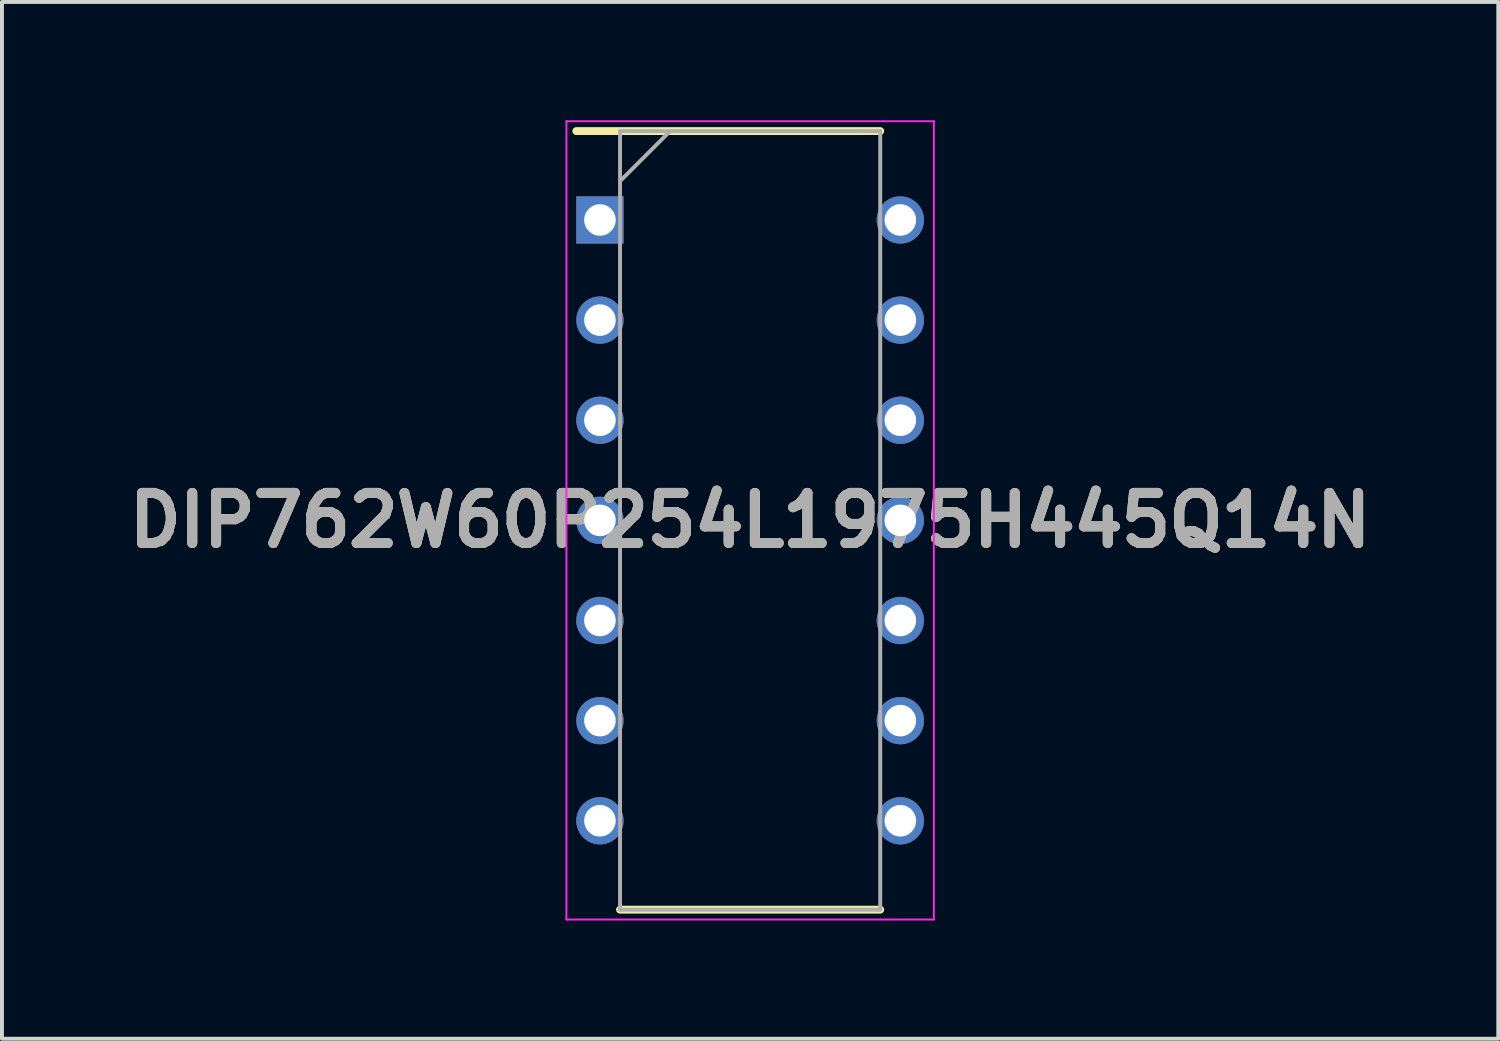
<source format=kicad_pcb>
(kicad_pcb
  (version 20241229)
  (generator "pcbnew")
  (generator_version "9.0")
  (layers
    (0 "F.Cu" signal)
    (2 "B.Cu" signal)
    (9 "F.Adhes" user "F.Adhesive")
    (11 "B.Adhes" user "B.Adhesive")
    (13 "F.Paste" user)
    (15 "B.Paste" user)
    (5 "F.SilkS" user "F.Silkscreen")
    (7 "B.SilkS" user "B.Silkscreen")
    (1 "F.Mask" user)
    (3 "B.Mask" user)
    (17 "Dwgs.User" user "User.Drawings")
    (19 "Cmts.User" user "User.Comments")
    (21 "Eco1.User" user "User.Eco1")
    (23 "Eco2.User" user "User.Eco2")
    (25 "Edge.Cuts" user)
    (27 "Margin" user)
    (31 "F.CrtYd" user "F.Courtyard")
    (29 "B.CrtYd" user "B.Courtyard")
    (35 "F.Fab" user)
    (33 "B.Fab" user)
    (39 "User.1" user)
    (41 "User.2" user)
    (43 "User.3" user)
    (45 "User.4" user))
  (footprint "DIP762W60P254L1975H445Q14N"
    (layer "F.Cu")
    (at 15.978 10.15)
    (property "Reference" "DIP762W60P254L1975H445Q14N" (at 0 0 0) (layer "F.SilkS") (effects (font (size 1.27 1.27) (thickness 0.254))))
    (attr through_hole)
    (fp_line (start -4.41 -9.875) (end 3.3 -9.875) (stroke (width 0.2) (type solid)) (layer "F.SilkS"))
    (fp_line (start -3.3 9.875) (end 3.3 9.875) (stroke (width 0.2) (type solid)) (layer "F.SilkS"))
    (fp_line (start -4.66 -10.125) (end 4.66 -10.125) (stroke (width 0.05) (type solid)) (layer "F.CrtYd"))
    (fp_line (start -4.66 10.125) (end -4.66 -10.125) (stroke (width 0.05) (type solid)) (layer "F.CrtYd"))
    (fp_line (start 4.66 -10.125) (end 4.66 10.125) (stroke (width 0.05) (type solid)) (layer "F.CrtYd"))
    (fp_line (start 4.66 10.125) (end -4.66 10.125) (stroke (width 0.05) (type solid)) (layer "F.CrtYd"))
    (fp_line (start -3.3 -9.875) (end 3.3 -9.875) (stroke (width 0.1) (type solid)) (layer "F.Fab"))
    (fp_line (start -3.3 -8.605) (end -2.03 -9.875) (stroke (width 0.1) (type solid)) (layer "F.Fab"))
    (fp_line (start -3.3 9.875) (end -3.3 -9.875) (stroke (width 0.1) (type solid)) (layer "F.Fab"))
    (fp_line (start 3.3 -9.875) (end 3.3 9.875) (stroke (width 0.1) (type solid)) (layer "F.Fab"))
    (fp_line (start 3.3 9.875) (end -3.3 9.875) (stroke (width 0.1) (type solid)) (layer "F.Fab"))
    (fp_text user "${REFERENCE}" (at 0 0 0) (layer "F.Fab") (effects (font (size 1.27 1.27) (thickness 0.254))))
    (pad "1" thru_hole rect (at -3.81 -7.62) (size 1.2 1.2) (drill 0.8) (layers "*.Cu" "*.Mask"))
    (pad "2" thru_hole circle (at -3.81 -5.08) (size 1.2 1.2) (drill 0.8) (layers "*.Cu" "*.Mask"))
    (pad "3" thru_hole circle (at -3.81 -2.54) (size 1.2 1.2) (drill 0.8) (layers "*.Cu" "*.Mask"))
    (pad "4" thru_hole circle (at -3.81 0) (size 1.2 1.2) (drill 0.8) (layers "*.Cu" "*.Mask"))
    (pad "5" thru_hole circle (at -3.81 2.54) (size 1.2 1.2) (drill 0.8) (layers "*.Cu" "*.Mask"))
    (pad "6" thru_hole circle (at -3.81 5.08) (size 1.2 1.2) (drill 0.8) (layers "*.Cu" "*.Mask"))
    (pad "7" thru_hole circle (at -3.81 7.62) (size 1.2 1.2) (drill 0.8) (layers "*.Cu" "*.Mask"))
    (pad "8" thru_hole circle (at 3.81 7.62) (size 1.2 1.2) (drill 0.8) (layers "*.Cu" "*.Mask"))
    (pad "9" thru_hole circle (at 3.81 5.08) (size 1.2 1.2) (drill 0.8) (layers "*.Cu" "*.Mask"))
    (pad "10" thru_hole circle (at 3.81 2.54) (size 1.2 1.2) (drill 0.8) (layers "*.Cu" "*.Mask"))
    (pad "11" thru_hole circle (at 3.81 0) (size 1.2 1.2) (drill 0.8) (layers "*.Cu" "*.Mask"))
    (pad "12" thru_hole circle (at 3.81 -2.54) (size 1.2 1.2) (drill 0.8) (layers "*.Cu" "*.Mask"))
    (pad "13" thru_hole circle (at 3.81 -5.08) (size 1.2 1.2) (drill 0.8) (layers "*.Cu" "*.Mask"))
    (pad "14" thru_hole circle (at 3.81 -7.62) (size 1.2 1.2) (drill 0.8) (layers "*.Cu" "*.Mask")))
  (gr_rect
    (start -3 -3)
    (end 34.956 23.3)
    (stroke (width 0.1) (type default))
    (fill no)
    (layer "Edge.Cuts")))
</source>
